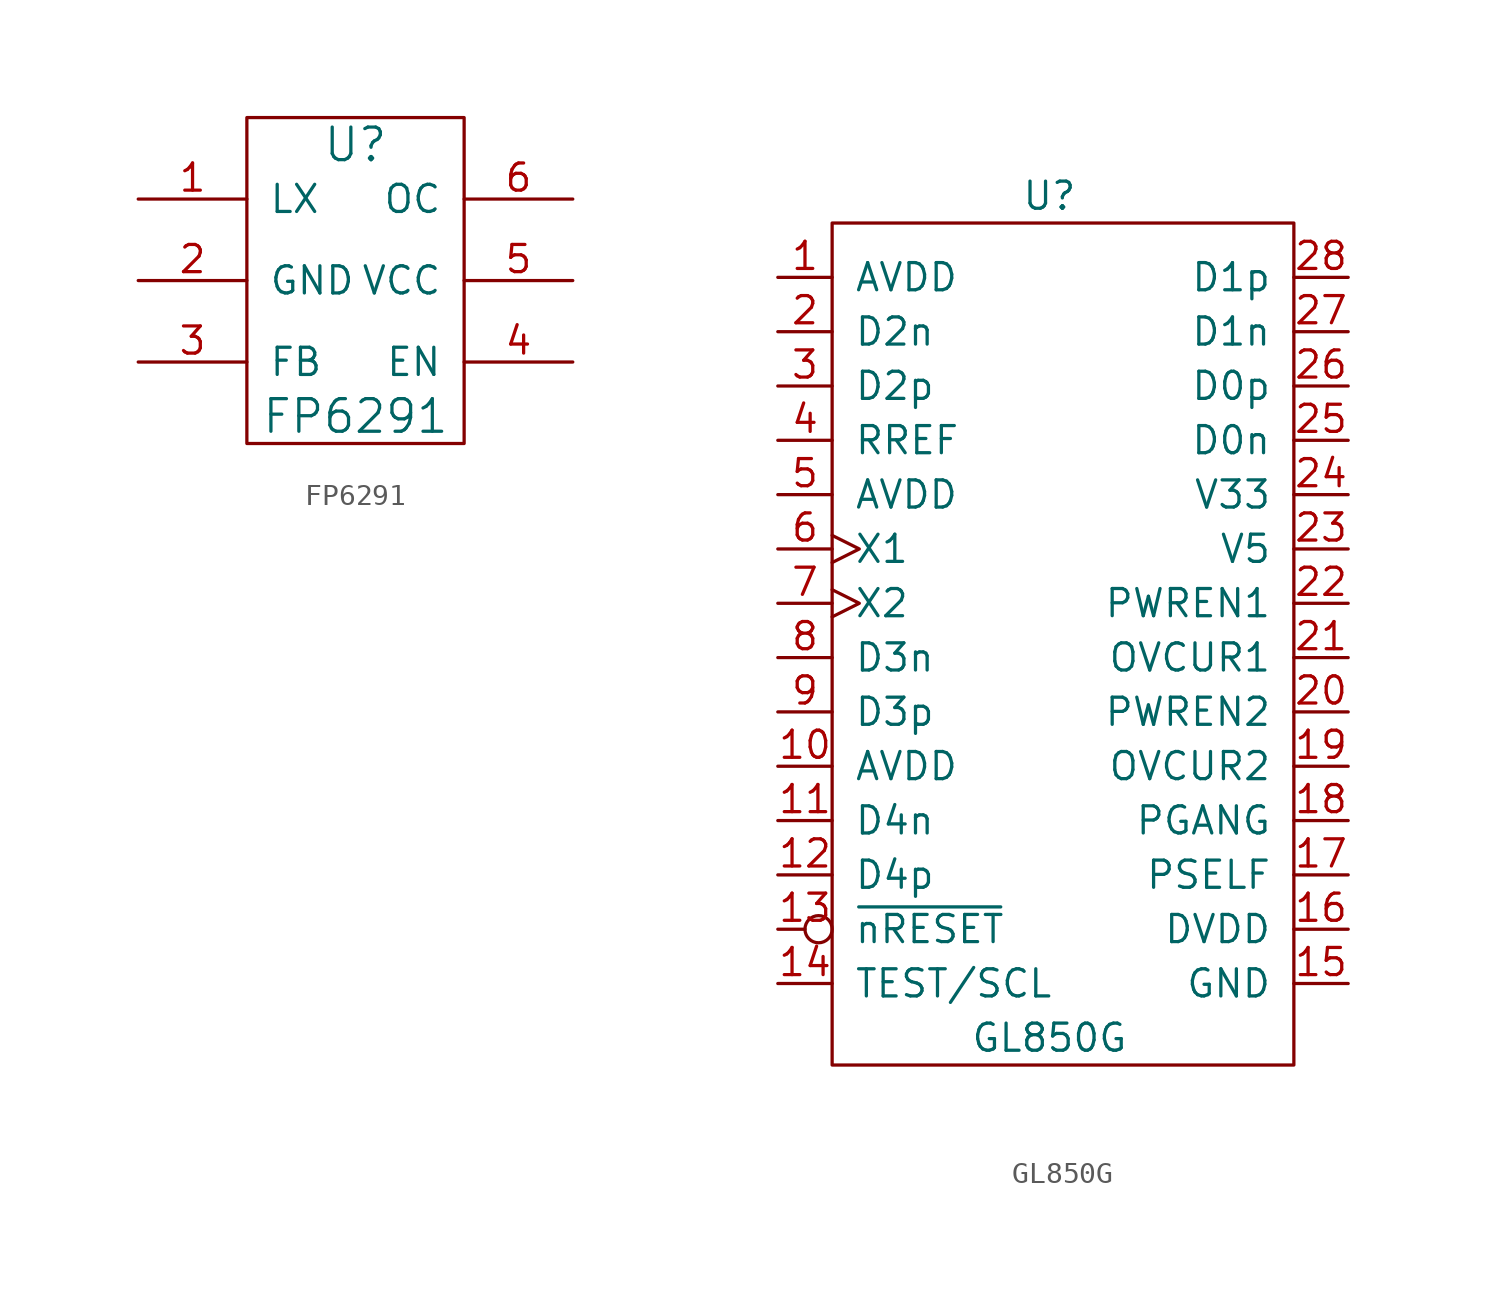
<source format=kicad_sym>
(kicad_symbol_lib
  (version 20220914)
  (generator kicad_symbol_editor)
  (symbol "FP6291"
    (pin_names
      (offset 1.016))
    (property "Reference" "U"
      (at 0 6.35 0)
      (effects (font (size 1.524 1.524))))
    (property "Value" "FP6291"
      (at 0 -6.35 0)
      (effects (font (size 1.524 1.524))))
    (property "Footprint" ""
      (at -1.27 -1.27 0)
      (effects (font (size 1.524 1.524))))
    (property "Datasheet" ""
      (at -1.27 -1.27 0)
      (effects (font (size 1.524 1.524))))
    (symbol "FP6291_0_1"
      (rectangle (start -5.08 7.62) (end 5.08 -7.62) (stroke (width 0) (type default)) (fill (type none))))
    (symbol "FP6291_1_1"
      (pin input line (at -10.16 3.81 0) (length 5.08) (name "LX" (effects (font (size 1.27 1.27)))) (number "1" (effects (font (size 1.27 1.27)))))
      (pin input line (at -10.16 0 0) (length 5.08) (name "GND" (effects (font (size 1.27 1.27)))) (number "2" (effects (font (size 1.27 1.27)))))
      (pin input line (at -10.16 -3.81 0) (length 5.08) (name "FB" (effects (font (size 1.27 1.27)))) (number "3" (effects (font (size 1.27 1.27)))))
      (pin input line (at 10.16 -3.81 180) (length 5.08) (name "EN" (effects (font (size 1.27 1.27)))) (number "4" (effects (font (size 1.27 1.27)))))
      (pin input line (at 10.16 0 180) (length 5.08) (name "VCC" (effects (font (size 1.27 1.27)))) (number "5" (effects (font (size 1.27 1.27)))))
      (pin input line (at 10.16 3.81 180) (length 5.08) (name "OC" (effects (font (size 1.27 1.27)))) (number "6" (effects (font (size 1.27 1.27)))))))
  (symbol "GL850G"
    (pin_names
      (offset 1.016))
    (property "Reference" "U"
      (at 0 20.32 0)
      (effects (font (size 1.27 1.27))))
    (property "Value" "GL850G"
      (at 0 -19.05 0)
      (effects (font (size 1.27 1.27))))
    (symbol "GL850G_0_1"
      (rectangle (start -10.16 19.05) (end 11.43 -20.32) (stroke (width 0) (type default)) (fill (type none))))
    (symbol "GL850G_1_1"
      (pin power_in line (at -12.7 16.51 0) (length 2.54) (name "AVDD" (effects (font (size 1.27 1.27)))) (number "1" (effects (font (size 1.27 1.27)))))
      (pin power_in line (at -12.7 -6.35 0) (length 2.54) (name "AVDD" (effects (font (size 1.27 1.27)))) (number "10" (effects (font (size 1.27 1.27)))))
      (pin input line (at -12.7 -8.89 0) (length 2.54) (name "D4n" (effects (font (size 1.27 1.27)))) (number "11" (effects (font (size 1.27 1.27)))))
      (pin input line (at -12.7 -11.43 0) (length 2.54) (name "D4p" (effects (font (size 1.27 1.27)))) (number "12" (effects (font (size 1.27 1.27)))))
      (pin input inverted (at -12.7 -13.97 0) (length 2.54) (name "~{nRESET}" (effects (font (size 1.27 1.27)))) (number "13" (effects (font (size 1.27 1.27)))))
      (pin input line (at -12.7 -16.51 0) (length 2.54) (name "TEST/SCL" (effects (font (size 1.27 1.27)))) (number "14" (effects (font (size 1.27 1.27)))))
      (pin power_in line (at 13.97 -16.51 180) (length 2.54) (name "GND" (effects (font (size 1.27 1.27)))) (number "15" (effects (font (size 1.27 1.27)))))
      (pin power_in line (at 13.97 -13.97 180) (length 2.54) (name "DVDD" (effects (font (size 1.27 1.27)))) (number "16" (effects (font (size 1.27 1.27)))))
      (pin input line (at 13.97 -11.43 180) (length 2.54) (name "PSELF" (effects (font (size 1.27 1.27)))) (number "17" (effects (font (size 1.27 1.27)))))
      (pin input line (at 13.97 -8.89 180) (length 2.54) (name "PGANG" (effects (font (size 1.27 1.27)))) (number "18" (effects (font (size 1.27 1.27)))))
      (pin input line (at 13.97 -6.35 180) (length 2.54) (name "OVCUR2" (effects (font (size 1.27 1.27)))) (number "19" (effects (font (size 1.27 1.27)))))
      (pin input line (at -12.7 13.97 0) (length 2.54) (name "D2n" (effects (font (size 1.27 1.27)))) (number "2" (effects (font (size 1.27 1.27)))))
      (pin output line (at 13.97 -3.81 180) (length 2.54) (name "PWREN2" (effects (font (size 1.27 1.27)))) (number "20" (effects (font (size 1.27 1.27)))))
      (pin input line (at 13.97 -1.27 180) (length 2.54) (name "OVCUR1" (effects (font (size 1.27 1.27)))) (number "21" (effects (font (size 1.27 1.27)))))
      (pin output line (at 13.97 1.27 180) (length 2.54) (name "PWREN1" (effects (font (size 1.27 1.27)))) (number "22" (effects (font (size 1.27 1.27)))))
      (pin power_in line (at 13.97 3.81 180) (length 2.54) (name "V5" (effects (font (size 1.27 1.27)))) (number "23" (effects (font (size 1.27 1.27)))))
      (pin power_out line (at 13.97 6.35 180) (length 2.54) (name "V33" (effects (font (size 1.27 1.27)))) (number "24" (effects (font (size 1.27 1.27)))))
      (pin input line (at 13.97 8.89 180) (length 2.54) (name "D0n" (effects (font (size 1.27 1.27)))) (number "25" (effects (font (size 1.27 1.27)))))
      (pin input line (at 13.97 11.43 180) (length 2.54) (name "D0p" (effects (font (size 1.27 1.27)))) (number "26" (effects (font (size 1.27 1.27)))))
      (pin input line (at 13.97 13.97 180) (length 2.54) (name "D1n" (effects (font (size 1.27 1.27)))) (number "27" (effects (font (size 1.27 1.27)))))
      (pin input line (at 13.97 16.51 180) (length 2.54) (name "D1p" (effects (font (size 1.27 1.27)))) (number "28" (effects (font (size 1.27 1.27)))))
      (pin input line (at -12.7 11.43 0) (length 2.54) (name "D2p" (effects (font (size 1.27 1.27)))) (number "3" (effects (font (size 1.27 1.27)))))
      (pin input line (at -12.7 8.89 0) (length 2.54) (name "RREF" (effects (font (size 1.27 1.27)))) (number "4" (effects (font (size 1.27 1.27)))))
      (pin power_in line (at -12.7 6.35 0) (length 2.54) (name "AVDD" (effects (font (size 1.27 1.27)))) (number "5" (effects (font (size 1.27 1.27)))))
      (pin input clock (at -12.7 3.81 0) (length 2.54) (name "X1" (effects (font (size 1.27 1.27)))) (number "6" (effects (font (size 1.27 1.27)))))
      (pin output clock (at -12.7 1.27 0) (length 2.54) (name "X2" (effects (font (size 1.27 1.27)))) (number "7" (effects (font (size 1.27 1.27)))))
      (pin input line (at -12.7 -1.27 0) (length 2.54) (name "D3n" (effects (font (size 1.27 1.27)))) (number "8" (effects (font (size 1.27 1.27)))))
      (pin input line (at -12.7 -3.81 0) (length 2.54) (name "D3p" (effects (font (size 1.27 1.27)))) (number "9" (effects (font (size 1.27 1.27))))))))
</source>
